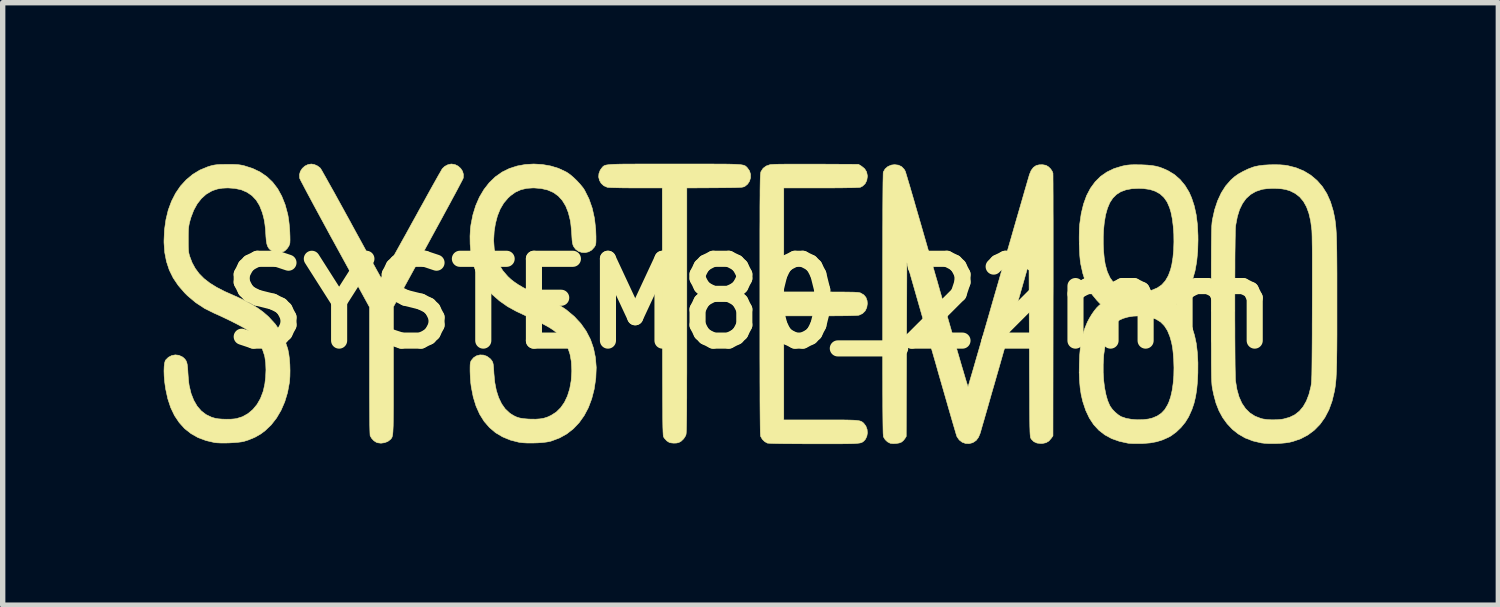
<source format=kicad_pcb>
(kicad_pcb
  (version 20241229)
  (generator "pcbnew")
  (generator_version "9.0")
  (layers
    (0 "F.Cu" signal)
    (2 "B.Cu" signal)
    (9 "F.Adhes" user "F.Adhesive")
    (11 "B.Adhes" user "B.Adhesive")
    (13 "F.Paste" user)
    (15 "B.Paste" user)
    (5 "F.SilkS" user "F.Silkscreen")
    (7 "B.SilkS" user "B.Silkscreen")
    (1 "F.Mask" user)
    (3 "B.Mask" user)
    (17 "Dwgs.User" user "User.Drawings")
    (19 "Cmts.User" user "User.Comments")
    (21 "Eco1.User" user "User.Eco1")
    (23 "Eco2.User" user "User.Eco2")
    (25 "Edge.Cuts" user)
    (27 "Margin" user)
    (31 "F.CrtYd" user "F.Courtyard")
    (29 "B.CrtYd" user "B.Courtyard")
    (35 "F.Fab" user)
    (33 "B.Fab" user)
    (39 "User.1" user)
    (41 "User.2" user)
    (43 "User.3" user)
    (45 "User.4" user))
  (footprint "SYSTEM80_22mm"
    (layer "F.Cu")
    (at 10.923 2.605)
    (property "Reference" "SYSTEM80_22mm" (at 0 0 0) (layer "F.SilkS") (effects (font (size 1.524 1.524) (thickness 0.3))))
    (attr through_hole)
    (fp_poly (pts (xy -1.608 -2.6) (xy -1.408 -2.6) (xy -1.205 -2.6) (xy -1.024 -2.6) (xy -0.864 -2.6) (xy -0.724 -2.6) (xy -0.602 -2.599) (xy -0.498 -2.599) (xy -0.409 -2.598) (xy -0.334 -2.596) (xy -0.273 -2.594) (xy -0.222 -2.591) (xy -0.182 -2.588) (xy -0.15 -2.583) (xy -0.125 -2.578) (xy -0.107 -2.572) (xy -0.092 -2.565) (xy -0.081 -2.557) (xy -0.071 -2.548) (xy -0.061 -2.538) (xy -0.051 -2.527) (xy -0.012 -2.472) (xy 0.007 -2.409) (xy 0.007 -2.343) (xy -0.012 -2.28) (xy -0.048 -2.225) (xy -0.096 -2.186) (xy -0.107 -2.18) (xy -0.12 -2.175) (xy -0.136 -2.171) (xy -0.158 -2.167) (xy -0.188 -2.165) (xy -0.229 -2.163) (xy -0.282 -2.161) (xy -0.351 -2.16) (xy -0.437 -2.159) (xy -0.543 -2.158) (xy -0.659 -2.157) (xy -1.18 -2.154) (xy -1.18 0.13) (xy -1.18 0.406) (xy -1.18 0.658) (xy -1.18 0.889) (xy -1.18 1.098) (xy -1.18 1.288) (xy -1.181 1.459) (xy -1.181 1.612) (xy -1.181 1.748) (xy -1.182 1.868) (xy -1.182 1.973) (xy -1.183 2.064) (xy -1.184 2.143) (xy -1.185 2.21) (xy -1.186 2.267) (xy -1.187 2.313) (xy -1.188 2.351) (xy -1.19 2.382) (xy -1.191 2.406) (xy -1.193 2.424) (xy -1.195 2.438) (xy -1.198 2.448) (xy -1.2 2.456) (xy -1.203 2.462) (xy -1.238 2.517) (xy -1.284 2.562) (xy -1.328 2.587) (xy -1.371 2.597) (xy -1.424 2.599) (xy -1.475 2.594) (xy -1.505 2.587) (xy -1.552 2.557) (xy -1.595 2.511) (xy -1.611 2.486) (xy -1.614 2.48) (xy -1.616 2.471) (xy -1.618 2.459) (xy -1.62 2.441) (xy -1.621 2.418) (xy -1.623 2.387) (xy -1.624 2.349) (xy -1.626 2.301) (xy -1.627 2.243) (xy -1.628 2.175) (xy -1.629 2.094) (xy -1.629 2) (xy -1.63 1.892) (xy -1.631 1.769) (xy -1.631 1.631) (xy -1.632 1.474) (xy -1.632 1.3) (xy -1.633 1.107) (xy -1.633 0.894) (xy -1.634 0.659) (xy -1.634 0.402) (xy -1.634 0.147) (xy -1.637 -2.155) (xy -2.128 -2.155) (xy -2.256 -2.155) (xy -2.37 -2.156) (xy -2.467 -2.158) (xy -2.548 -2.16) (xy -2.609 -2.162) (xy -2.649 -2.165) (xy -2.663 -2.167) (xy -2.727 -2.196) (xy -2.775 -2.24) (xy -2.807 -2.296) (xy -2.822 -2.358) (xy -2.817 -2.422) (xy -2.793 -2.485) (xy -2.765 -2.524) (xy -2.755 -2.536) (xy -2.746 -2.547) (xy -2.737 -2.556) (xy -2.726 -2.564) (xy -2.711 -2.572) (xy -2.693 -2.578) (xy -2.668 -2.583) (xy -2.636 -2.587) (xy -2.596 -2.591) (xy -2.545 -2.594) (xy -2.483 -2.596) (xy -2.408 -2.598) (xy -2.318 -2.599) (xy -2.213 -2.599) (xy -2.091 -2.6) (xy -1.95 -2.6) (xy -1.79 -2.6) (xy -1.608 -2.6)) (stroke (width 0.01) (type solid)) (fill yes) (layer "F.SilkS"))
    (fp_poly (pts (xy -5.497 -2.589) (xy -5.44 -2.561) (xy -5.392 -2.518) (xy -5.358 -2.466) (xy -5.341 -2.407) (xy -5.343 -2.347) (xy -5.347 -2.331) (xy -5.355 -2.314) (xy -5.374 -2.277) (xy -5.403 -2.222) (xy -5.441 -2.15) (xy -5.487 -2.063) (xy -5.542 -1.962) (xy -5.603 -1.848) (xy -5.671 -1.723) (xy -5.744 -1.588) (xy -5.822 -1.445) (xy -5.904 -1.295) (xy -5.989 -1.139) (xy -6.004 -1.111) (xy -6.645 0.06) (xy -6.645 1.24) (xy -6.645 1.439) (xy -6.645 1.615) (xy -6.645 1.77) (xy -6.645 1.905) (xy -6.646 2.022) (xy -6.647 2.122) (xy -6.648 2.206) (xy -6.649 2.277) (xy -6.652 2.335) (xy -6.654 2.382) (xy -6.657 2.419) (xy -6.661 2.448) (xy -6.666 2.471) (xy -6.671 2.488) (xy -6.678 2.501) (xy -6.685 2.512) (xy -6.693 2.522) (xy -6.703 2.532) (xy -6.703 2.532) (xy -6.75 2.568) (xy -6.811 2.591) (xy -6.877 2.6) (xy -6.94 2.592) (xy -6.964 2.583) (xy -7.01 2.553) (xy -7.05 2.51) (xy -7.077 2.464) (xy -7.078 2.464) (xy -7.08 2.447) (xy -7.082 2.408) (xy -7.084 2.348) (xy -7.086 2.266) (xy -7.087 2.162) (xy -7.088 2.036) (xy -7.089 1.887) (xy -7.09 1.714) (xy -7.09 1.519) (xy -7.09 1.299) (xy -7.09 1.248) (xy -7.09 0.066) (xy -7.736 -1.114) (xy -7.822 -1.27) (xy -7.904 -1.422) (xy -7.983 -1.567) (xy -8.057 -1.704) (xy -8.126 -1.831) (xy -8.188 -1.947) (xy -8.244 -2.051) (xy -8.292 -2.142) (xy -8.331 -2.217) (xy -8.362 -2.275) (xy -8.382 -2.316) (xy -8.392 -2.337) (xy -8.392 -2.339) (xy -8.395 -2.402) (xy -8.378 -2.463) (xy -8.343 -2.517) (xy -8.295 -2.561) (xy -8.236 -2.59) (xy -8.174 -2.6) (xy -8.117 -2.59) (xy -8.059 -2.564) (xy -8.011 -2.528) (xy -8.004 -2.519) (xy -7.994 -2.504) (xy -7.973 -2.469) (xy -7.943 -2.415) (xy -7.903 -2.345) (xy -7.856 -2.26) (xy -7.801 -2.162) (xy -7.739 -2.052) (xy -7.673 -1.931) (xy -7.601 -1.801) (xy -7.526 -1.664) (xy -7.447 -1.521) (xy -7.428 -1.485) (xy -7.35 -1.342) (xy -7.274 -1.204) (xy -7.203 -1.074) (xy -7.137 -0.953) (xy -7.076 -0.843) (xy -7.022 -0.744) (xy -6.975 -0.658) (xy -6.936 -0.588) (xy -6.906 -0.534) (xy -6.885 -0.497) (xy -6.875 -0.48) (xy -6.875 -0.479) (xy -6.868 -0.488) (xy -6.85 -0.516) (xy -6.823 -0.563) (xy -6.786 -0.627) (xy -6.741 -0.706) (xy -6.688 -0.799) (xy -6.629 -0.905) (xy -6.564 -1.021) (xy -6.494 -1.148) (xy -6.419 -1.282) (xy -6.341 -1.424) (xy -6.315 -1.472) (xy -6.235 -1.616) (xy -6.159 -1.755) (xy -6.085 -1.887) (xy -6.017 -2.011) (xy -5.954 -2.125) (xy -5.897 -2.227) (xy -5.847 -2.316) (xy -5.805 -2.391) (xy -5.771 -2.449) (xy -5.748 -2.49) (xy -5.735 -2.512) (xy -5.733 -2.514) (xy -5.69 -2.555) (xy -5.634 -2.585) (xy -5.575 -2.599) (xy -5.562 -2.6) (xy -5.497 -2.589)) (stroke (width 0.01) (type solid)) (fill yes) (layer "F.SilkS"))
    (fp_poly (pts (xy 1.039 -2.598) (xy 1.216 -2.598) (xy 1.231 -2.598) (xy 2.018 -2.594) (xy 2.076 -2.558) (xy 2.133 -2.511) (xy 2.169 -2.453) (xy 2.183 -2.383) (xy 2.183 -2.365) (xy 2.172 -2.294) (xy 2.142 -2.234) (xy 2.095 -2.189) (xy 2.055 -2.168) (xy 2.034 -2.164) (xy 1.988 -2.162) (xy 1.919 -2.159) (xy 1.826 -2.158) (xy 1.708 -2.156) (xy 1.567 -2.155) (xy 1.402 -2.155) (xy 1.323 -2.155) (xy 0.626 -2.155) (xy 0.626 -0.217) (xy 1.319 -0.217) (xy 1.468 -0.217) (xy 1.595 -0.216) (xy 1.702 -0.216) (xy 1.791 -0.215) (xy 1.863 -0.214) (xy 1.921 -0.213) (xy 1.965 -0.211) (xy 1.999 -0.209) (xy 2.024 -0.206) (xy 2.042 -0.202) (xy 2.055 -0.199) (xy 2.055 -0.198) (xy 2.116 -0.163) (xy 2.156 -0.116) (xy 2.178 -0.055) (xy 2.183 0) (xy 2.172 0.074) (xy 2.142 0.136) (xy 2.094 0.184) (xy 2.031 0.214) (xy 2.025 0.216) (xy 2.002 0.219) (xy 1.956 0.222) (xy 1.888 0.224) (xy 1.798 0.226) (xy 1.689 0.227) (xy 1.56 0.228) (xy 1.413 0.229) (xy 1.303 0.229) (xy 0.626 0.229) (xy 0.626 2.167) (xy 1.313 2.167) (xy 1.464 2.167) (xy 1.593 2.167) (xy 1.702 2.167) (xy 1.792 2.168) (xy 1.867 2.17) (xy 1.927 2.172) (xy 1.974 2.175) (xy 2.012 2.18) (xy 2.04 2.185) (xy 2.062 2.192) (xy 2.079 2.2) (xy 2.094 2.21) (xy 2.108 2.222) (xy 2.117 2.231) (xy 2.155 2.281) (xy 2.178 2.343) (xy 2.184 2.408) (xy 2.173 2.472) (xy 2.146 2.528) (xy 2.122 2.555) (xy 2.11 2.566) (xy 2.098 2.575) (xy 2.085 2.583) (xy 2.068 2.59) (xy 2.046 2.596) (xy 2.017 2.6) (xy 1.98 2.604) (xy 1.932 2.607) (xy 1.873 2.609) (xy 1.799 2.61) (xy 1.71 2.611) (xy 1.604 2.611) (xy 1.479 2.612) (xy 1.333 2.611) (xy 1.183 2.611) (xy 0.998 2.611) (xy 0.834 2.61) (xy 0.692 2.609) (xy 0.572 2.608) (xy 0.475 2.606) (xy 0.401 2.604) (xy 0.35 2.601) (xy 0.322 2.599) (xy 0.319 2.598) (xy 0.27 2.57) (xy 0.227 2.528) (xy 0.198 2.478) (xy 0.194 2.469) (xy 0.193 2.456) (xy 0.191 2.429) (xy 0.189 2.388) (xy 0.188 2.331) (xy 0.187 2.259) (xy 0.186 2.17) (xy 0.185 2.063) (xy 0.184 1.939) (xy 0.183 1.797) (xy 0.183 1.635) (xy 0.182 1.454) (xy 0.182 1.252) (xy 0.181 1.03) (xy 0.181 0.785) (xy 0.181 0.519) (xy 0.181 0.229) (xy 0.181 0.005) (xy 0.181 -0.279) (xy 0.181 -0.54) (xy 0.181 -0.779) (xy 0.181 -0.997) (xy 0.181 -1.194) (xy 0.181 -1.373) (xy 0.182 -1.533) (xy 0.182 -1.677) (xy 0.182 -1.804) (xy 0.183 -1.916) (xy 0.184 -2.015) (xy 0.184 -2.1) (xy 0.185 -2.173) (xy 0.186 -2.235) (xy 0.187 -2.287) (xy 0.188 -2.329) (xy 0.19 -2.364) (xy 0.191 -2.392) (xy 0.193 -2.413) (xy 0.195 -2.43) (xy 0.197 -2.442) (xy 0.199 -2.452) (xy 0.202 -2.459) (xy 0.204 -2.463) (xy 0.242 -2.521) (xy 0.299 -2.563) (xy 0.371 -2.588) (xy 0.377 -2.589) (xy 0.405 -2.591) (xy 0.456 -2.594) (xy 0.53 -2.596) (xy 0.626 -2.597) (xy 0.744 -2.598) (xy 0.881 -2.598) (xy 1.039 -2.598)) (stroke (width 0.01) (type solid)) (fill yes) (layer "F.SilkS"))
    (fp_poly (pts (xy -3.873 -2.591) (xy -3.718 -2.564) (xy -3.57 -2.519) (xy -3.433 -2.455) (xy -3.41 -2.442) (xy -3.353 -2.402) (xy -3.289 -2.348) (xy -3.224 -2.285) (xy -3.163 -2.218) (xy -3.111 -2.154) (xy -3.083 -2.111) (xy -3.003 -1.951) (xy -2.942 -1.777) (xy -2.9 -1.588) (xy -2.877 -1.385) (xy -2.872 -1.251) (xy -2.872 -1.188) (xy -2.873 -1.143) (xy -2.876 -1.112) (xy -2.882 -1.089) (xy -2.892 -1.069) (xy -2.904 -1.05) (xy -2.951 -0.998) (xy -3.008 -0.965) (xy -3.071 -0.95) (xy -3.136 -0.953) (xy -3.197 -0.974) (xy -3.25 -1.012) (xy -3.285 -1.059) (xy -3.297 -1.083) (xy -3.305 -1.109) (xy -3.312 -1.142) (xy -3.317 -1.187) (xy -3.321 -1.25) (xy -3.323 -1.286) (xy -3.328 -1.358) (xy -3.335 -1.431) (xy -3.342 -1.496) (xy -3.35 -1.546) (xy -3.351 -1.553) (xy -3.387 -1.696) (xy -3.436 -1.819) (xy -3.499 -1.922) (xy -3.575 -2.005) (xy -3.666 -2.07) (xy -3.772 -2.116) (xy -3.893 -2.144) (xy -4.03 -2.155) (xy -4.039 -2.155) (xy -4.162 -2.147) (xy -4.271 -2.121) (xy -4.37 -2.077) (xy -4.461 -2.012) (xy -4.51 -1.967) (xy -4.591 -1.872) (xy -4.656 -1.761) (xy -4.707 -1.635) (xy -4.745 -1.49) (xy -4.768 -1.347) (xy -4.778 -1.177) (xy -4.767 -1.019) (xy -4.736 -0.873) (xy -4.683 -0.739) (xy -4.61 -0.617) (xy -4.516 -0.507) (xy -4.456 -0.451) (xy -4.391 -0.401) (xy -4.319 -0.352) (xy -4.236 -0.303) (xy -4.139 -0.252) (xy -4.024 -0.198) (xy -3.949 -0.164) (xy -3.827 -0.109) (xy -3.724 -0.06) (xy -3.636 -0.015) (xy -3.56 0.028) (xy -3.491 0.071) (xy -3.426 0.115) (xy -3.416 0.123) (xy -3.275 0.241) (xy -3.154 0.372) (xy -3.054 0.514) (xy -2.975 0.667) (xy -2.918 0.831) (xy -2.882 1.006) (xy -2.867 1.19) (xy -2.875 1.384) (xy -2.877 1.403) (xy -2.906 1.596) (xy -2.952 1.775) (xy -3.014 1.939) (xy -3.092 2.086) (xy -3.185 2.217) (xy -3.292 2.33) (xy -3.413 2.425) (xy -3.548 2.501) (xy -3.696 2.557) (xy -3.726 2.566) (xy -3.789 2.578) (xy -3.869 2.588) (xy -3.96 2.594) (xy -4.055 2.597) (xy -4.148 2.597) (xy -4.232 2.592) (xy -4.3 2.584) (xy -4.306 2.583) (xy -4.467 2.542) (xy -4.612 2.482) (xy -4.742 2.405) (xy -4.856 2.308) (xy -4.955 2.194) (xy -5.038 2.061) (xy -5.106 1.909) (xy -5.158 1.74) (xy -5.195 1.551) (xy -5.195 1.55) (xy -5.204 1.481) (xy -5.211 1.398) (xy -5.215 1.315) (xy -5.217 1.258) (xy -5.217 1.192) (xy -5.216 1.144) (xy -5.213 1.111) (xy -5.207 1.087) (xy -5.198 1.066) (xy -5.194 1.059) (xy -5.15 1.006) (xy -5.095 0.972) (xy -5.032 0.956) (xy -4.967 0.959) (xy -4.904 0.981) (xy -4.846 1.023) (xy -4.835 1.035) (xy -4.816 1.057) (xy -4.802 1.079) (xy -4.792 1.104) (xy -4.785 1.138) (xy -4.78 1.184) (xy -4.776 1.247) (xy -4.773 1.3) (xy -4.757 1.468) (xy -4.728 1.618) (xy -4.685 1.751) (xy -4.63 1.866) (xy -4.563 1.961) (xy -4.483 2.036) (xy -4.46 2.053) (xy -4.403 2.088) (xy -4.348 2.114) (xy -4.289 2.132) (xy -4.221 2.143) (xy -4.138 2.15) (xy -4.093 2.152) (xy -3.995 2.153) (xy -3.913 2.147) (xy -3.843 2.135) (xy -3.777 2.114) (xy -3.71 2.083) (xy -3.709 2.083) (xy -3.612 2.021) (xy -3.529 1.939) (xy -3.459 1.839) (xy -3.403 1.721) (xy -3.361 1.587) (xy -3.334 1.437) (xy -3.323 1.272) (xy -3.323 1.232) (xy -3.331 1.078) (xy -3.356 0.941) (xy -3.398 0.817) (xy -3.459 0.706) (xy -3.538 0.606) (xy -3.555 0.587) (xy -3.603 0.543) (xy -3.656 0.501) (xy -3.718 0.459) (xy -3.793 0.415) (xy -3.883 0.368) (xy -3.992 0.315) (xy -4.009 0.307) (xy -4.087 0.271) (xy -4.167 0.233) (xy -4.243 0.197) (xy -4.309 0.166) (xy -4.356 0.144) (xy -4.518 0.055) (xy -4.668 -0.05) (xy -4.803 -0.168) (xy -4.922 -0.297) (xy -5.022 -0.437) (xy -5.102 -0.584) (xy -5.151 -0.709) (xy -5.182 -0.829) (xy -5.204 -0.964) (xy -5.216 -1.109) (xy -5.218 -1.257) (xy -5.21 -1.401) (xy -5.201 -1.468) (xy -5.165 -1.652) (xy -5.112 -1.824) (xy -5.043 -1.983) (xy -4.958 -2.126) (xy -4.86 -2.252) (xy -4.748 -2.36) (xy -4.623 -2.448) (xy -4.616 -2.452) (xy -4.484 -2.517) (xy -4.34 -2.563) (xy -4.187 -2.591) (xy -4.03 -2.6) (xy -3.873 -2.591)) (stroke (width 0.01) (type solid)) (fill yes) (layer "F.SilkS"))
    (fp_poly (pts (xy -9.655 -2.593) (xy -9.591 -2.591) (xy -9.539 -2.588) (xy -9.495 -2.582) (xy -9.452 -2.574) (xy -9.423 -2.567) (xy -9.267 -2.517) (xy -9.127 -2.45) (xy -9.003 -2.365) (xy -8.895 -2.262) (xy -8.802 -2.141) (xy -8.725 -2.001) (xy -8.662 -1.843) (xy -8.614 -1.666) (xy -8.607 -1.629) (xy -8.597 -1.566) (xy -8.588 -1.492) (xy -8.58 -1.411) (xy -8.575 -1.33) (xy -8.572 -1.253) (xy -8.571 -1.186) (xy -8.573 -1.134) (xy -8.576 -1.115) (xy -8.592 -1.073) (xy -8.622 -1.028) (xy -8.659 -0.99) (xy -8.684 -0.973) (xy -8.751 -0.95) (xy -8.821 -0.949) (xy -8.889 -0.971) (xy -8.931 -0.996) (xy -8.962 -1.025) (xy -8.985 -1.061) (xy -9.002 -1.109) (xy -9.013 -1.171) (xy -9.02 -1.252) (xy -9.021 -1.273) (xy -9.028 -1.386) (xy -9.039 -1.481) (xy -9.053 -1.566) (xy -9.073 -1.647) (xy -9.09 -1.704) (xy -9.138 -1.826) (xy -9.201 -1.928) (xy -9.279 -2.011) (xy -9.371 -2.074) (xy -9.478 -2.12) (xy -9.6 -2.146) (xy -9.729 -2.155) (xy -9.83 -2.15) (xy -9.917 -2.136) (xy -9.999 -2.11) (xy -10.034 -2.095) (xy -10.133 -2.037) (xy -10.221 -1.958) (xy -10.299 -1.859) (xy -10.364 -1.741) (xy -10.416 -1.606) (xy -10.433 -1.547) (xy -10.445 -1.502) (xy -10.453 -1.462) (xy -10.459 -1.422) (xy -10.463 -1.377) (xy -10.465 -1.322) (xy -10.466 -1.252) (xy -10.466 -1.198) (xy -10.466 -1.116) (xy -10.465 -1.053) (xy -10.463 -1.005) (xy -10.46 -0.967) (xy -10.454 -0.934) (xy -10.446 -0.902) (xy -10.439 -0.879) (xy -10.394 -0.761) (xy -10.336 -0.655) (xy -10.263 -0.557) (xy -10.174 -0.467) (xy -10.066 -0.383) (xy -9.939 -0.304) (xy -9.79 -0.227) (xy -9.688 -0.182) (xy -9.531 -0.112) (xy -9.394 -0.045) (xy -9.275 0.02) (xy -9.17 0.086) (xy -9.077 0.153) (xy -8.993 0.225) (xy -8.966 0.25) (xy -8.846 0.381) (xy -8.748 0.523) (xy -8.67 0.676) (xy -8.614 0.841) (xy -8.611 0.852) (xy -8.595 0.933) (xy -8.582 1.03) (xy -8.574 1.138) (xy -8.571 1.248) (xy -8.573 1.355) (xy -8.58 1.451) (xy -8.583 1.473) (xy -8.617 1.657) (xy -8.669 1.829) (xy -8.738 1.988) (xy -8.822 2.131) (xy -8.921 2.258) (xy -9.034 2.366) (xy -9.115 2.427) (xy -9.225 2.49) (xy -9.349 2.541) (xy -9.432 2.567) (xy -9.479 2.576) (xy -9.544 2.584) (xy -9.622 2.59) (xy -9.705 2.595) (xy -9.789 2.597) (xy -9.867 2.596) (xy -9.933 2.593) (xy -9.973 2.589) (xy -10.136 2.551) (xy -10.284 2.496) (xy -10.416 2.421) (xy -10.534 2.328) (xy -10.635 2.216) (xy -10.722 2.086) (xy -10.793 1.938) (xy -10.848 1.771) (xy -10.888 1.586) (xy -10.907 1.449) (xy -10.915 1.347) (xy -10.918 1.254) (xy -10.915 1.174) (xy -10.908 1.11) (xy -10.895 1.065) (xy -10.887 1.051) (xy -10.836 1) (xy -10.775 0.968) (xy -10.708 0.955) (xy -10.641 0.963) (xy -10.579 0.991) (xy -10.557 1.007) (xy -10.53 1.033) (xy -10.51 1.06) (xy -10.495 1.094) (xy -10.485 1.138) (xy -10.478 1.198) (xy -10.473 1.276) (xy -10.473 1.281) (xy -10.468 1.351) (xy -10.462 1.42) (xy -10.456 1.48) (xy -10.45 1.524) (xy -10.449 1.528) (xy -10.414 1.674) (xy -10.364 1.801) (xy -10.301 1.91) (xy -10.224 1.999) (xy -10.134 2.068) (xy -10.031 2.117) (xy -9.966 2.136) (xy -9.907 2.146) (xy -9.833 2.152) (xy -9.752 2.154) (xy -9.672 2.153) (xy -9.603 2.147) (xy -9.568 2.142) (xy -9.456 2.107) (xy -9.355 2.05) (xy -9.264 1.974) (xy -9.186 1.88) (xy -9.122 1.769) (xy -9.073 1.641) (xy -9.066 1.616) (xy -9.04 1.497) (xy -9.025 1.368) (xy -9.019 1.235) (xy -9.024 1.108) (xy -9.04 0.992) (xy -9.047 0.963) (xy -9.088 0.841) (xy -9.15 0.724) (xy -9.229 0.617) (xy -9.324 0.524) (xy -9.372 0.487) (xy -9.408 0.464) (xy -9.462 0.433) (xy -9.529 0.397) (xy -9.607 0.357) (xy -9.691 0.315) (xy -9.776 0.274) (xy -9.86 0.234) (xy -9.937 0.199) (xy -9.979 0.181) (xy -10.159 0.092) (xy -10.325 -0.017) (xy -10.479 -0.146) (xy -10.534 -0.201) (xy -10.652 -0.337) (xy -10.747 -0.478) (xy -10.82 -0.626) (xy -10.872 -0.784) (xy -10.905 -0.954) (xy -10.918 -1.136) (xy -10.918 -1.174) (xy -10.909 -1.375) (xy -10.882 -1.565) (xy -10.839 -1.743) (xy -10.778 -1.907) (xy -10.702 -2.056) (xy -10.611 -2.189) (xy -10.504 -2.306) (xy -10.384 -2.406) (xy -10.251 -2.487) (xy -10.104 -2.548) (xy -10.045 -2.566) (xy -10.005 -2.576) (xy -9.966 -2.583) (xy -9.922 -2.588) (xy -9.869 -2.591) (xy -9.801 -2.592) (xy -9.739 -2.593) (xy -9.655 -2.593)) (stroke (width 0.01) (type solid)) (fill yes) (layer "F.SilkS"))
    (fp_poly (pts (xy 9.868 -2.585) (xy 9.956 -2.578) (xy 10.007 -2.571) (xy 10.168 -2.53) (xy 10.313 -2.47) (xy 10.443 -2.391) (xy 10.558 -2.294) (xy 10.658 -2.18) (xy 10.742 -2.047) (xy 10.809 -1.897) (xy 10.86 -1.729) (xy 10.887 -1.601) (xy 10.894 -1.557) (xy 10.9 -1.514) (xy 10.905 -1.468) (xy 10.91 -1.419) (xy 10.914 -1.365) (xy 10.918 -1.304) (xy 10.921 -1.235) (xy 10.923 -1.157) (xy 10.925 -1.067) (xy 10.927 -0.964) (xy 10.928 -0.846) (xy 10.929 -0.712) (xy 10.93 -0.56) (xy 10.93 -0.389) (xy 10.93 -0.197) (xy 10.93 -0.005) (xy 10.93 0.211) (xy 10.93 0.406) (xy 10.93 0.579) (xy 10.929 0.733) (xy 10.928 0.869) (xy 10.926 0.989) (xy 10.925 1.094) (xy 10.922 1.186) (xy 10.92 1.266) (xy 10.916 1.337) (xy 10.913 1.398) (xy 10.908 1.453) (xy 10.903 1.503) (xy 10.897 1.548) (xy 10.89 1.592) (xy 10.883 1.634) (xy 10.882 1.637) (xy 10.839 1.816) (xy 10.78 1.978) (xy 10.705 2.122) (xy 10.615 2.248) (xy 10.51 2.356) (xy 10.39 2.446) (xy 10.256 2.517) (xy 10.108 2.568) (xy 10.046 2.583) (xy 9.967 2.595) (xy 9.874 2.603) (xy 9.773 2.607) (xy 9.673 2.607) (xy 9.582 2.602) (xy 9.521 2.595) (xy 9.364 2.558) (xy 9.219 2.502) (xy 9.09 2.427) (xy 8.984 2.343) (xy 8.885 2.238) (xy 8.802 2.124) (xy 8.733 1.997) (xy 8.677 1.855) (xy 8.634 1.694) (xy 8.616 1.607) (xy 8.612 1.585) (xy 8.608 1.564) (xy 8.605 1.543) (xy 8.602 1.52) (xy 8.6 1.493) (xy 8.598 1.462) (xy 8.596 1.425) (xy 8.594 1.38) (xy 8.593 1.326) (xy 8.592 1.263) (xy 8.591 1.187) (xy 8.59 1.099) (xy 8.59 0.996) (xy 8.59 0.878) (xy 8.589 0.742) (xy 8.589 0.587) (xy 8.589 0.413) (xy 8.589 0.217) (xy 8.589 0.012) (xy 8.589 -0.03) (xy 9.028 -0.03) (xy 9.028 0.136) (xy 9.028 0.301) (xy 9.029 0.462) (xy 9.029 0.618) (xy 9.03 0.766) (xy 9.031 0.905) (xy 9.032 1.032) (xy 9.033 1.146) (xy 9.035 1.245) (xy 9.037 1.327) (xy 9.038 1.389) (xy 9.04 1.43) (xy 9.041 1.44) (xy 9.067 1.599) (xy 9.106 1.737) (xy 9.159 1.856) (xy 9.227 1.956) (xy 9.308 2.036) (xy 9.403 2.097) (xy 9.512 2.139) (xy 9.551 2.149) (xy 9.628 2.16) (xy 9.718 2.165) (xy 9.813 2.163) (xy 9.901 2.155) (xy 9.936 2.149) (xy 10.048 2.118) (xy 10.146 2.07) (xy 10.231 2.003) (xy 10.302 1.918) (xy 10.361 1.814) (xy 10.409 1.689) (xy 10.445 1.545) (xy 10.448 1.526) (xy 10.451 1.506) (xy 10.454 1.482) (xy 10.456 1.453) (xy 10.458 1.417) (xy 10.46 1.374) (xy 10.462 1.321) (xy 10.463 1.257) (xy 10.464 1.182) (xy 10.465 1.093) (xy 10.466 0.988) (xy 10.467 0.868) (xy 10.468 0.73) (xy 10.469 0.572) (xy 10.469 0.394) (xy 10.47 0.194) (xy 10.47 0.102) (xy 10.471 -0.146) (xy 10.471 -0.371) (xy 10.471 -0.573) (xy 10.471 -0.751) (xy 10.471 -0.907) (xy 10.47 -1.041) (xy 10.468 -1.153) (xy 10.467 -1.244) (xy 10.465 -1.313) (xy 10.463 -1.362) (xy 10.461 -1.379) (xy 10.44 -1.541) (xy 10.407 -1.682) (xy 10.363 -1.802) (xy 10.306 -1.904) (xy 10.236 -1.987) (xy 10.152 -2.052) (xy 10.055 -2.101) (xy 9.972 -2.126) (xy 9.9 -2.138) (xy 9.812 -2.145) (xy 9.719 -2.146) (xy 9.629 -2.141) (xy 9.551 -2.131) (xy 9.529 -2.126) (xy 9.418 -2.089) (xy 9.322 -2.033) (xy 9.239 -1.959) (xy 9.171 -1.865) (xy 9.116 -1.753) (xy 9.075 -1.621) (xy 9.046 -1.469) (xy 9.041 -1.428) (xy 9.039 -1.397) (xy 9.037 -1.344) (xy 9.036 -1.271) (xy 9.034 -1.179) (xy 9.033 -1.071) (xy 9.031 -0.95) (xy 9.03 -0.815) (xy 9.03 -0.671) (xy 9.029 -0.518) (xy 9.029 -0.359) (xy 9.028 -0.196) (xy 9.028 -0.03) (xy 8.589 -0.03) (xy 8.589 -0.206) (xy 8.589 -0.402) (xy 8.589 -0.576) (xy 8.589 -0.731) (xy 8.59 -0.866) (xy 8.59 -0.985) (xy 8.591 -1.088) (xy 8.592 -1.176) (xy 8.593 -1.252) (xy 8.594 -1.315) (xy 8.595 -1.369) (xy 8.597 -1.413) (xy 8.598 -1.45) (xy 8.601 -1.481) (xy 8.603 -1.507) (xy 8.606 -1.53) (xy 8.609 -1.551) (xy 8.611 -1.565) (xy 8.652 -1.75) (xy 8.707 -1.915) (xy 8.775 -2.062) (xy 8.857 -2.191) (xy 8.954 -2.302) (xy 9.023 -2.363) (xy 9.095 -2.414) (xy 9.183 -2.463) (xy 9.277 -2.508) (xy 9.37 -2.543) (xy 9.408 -2.554) (xy 9.479 -2.568) (xy 9.568 -2.579) (xy 9.667 -2.585) (xy 9.769 -2.587) (xy 9.868 -2.585)) (stroke (width 0.01) (type solid)) (fill yes) (layer "F.SilkS"))
    (fp_poly (pts (xy 2.763 -2.579) (xy 2.822 -2.55) (xy 2.869 -2.501) (xy 2.888 -2.468) (xy 2.894 -2.452) (xy 2.905 -2.414) (xy 2.923 -2.355) (xy 2.946 -2.277) (xy 2.975 -2.181) (xy 3.008 -2.067) (xy 3.046 -1.938) (xy 3.087 -1.794) (xy 3.133 -1.636) (xy 3.182 -1.467) (xy 3.234 -1.286) (xy 3.289 -1.096) (xy 3.346 -0.896) (xy 3.405 -0.69) (xy 3.466 -0.477) (xy 3.48 -0.431) (xy 3.54 -0.218) (xy 3.6 -0.011) (xy 3.657 0.187) (xy 3.712 0.377) (xy 3.764 0.557) (xy 3.813 0.726) (xy 3.858 0.882) (xy 3.9 1.025) (xy 3.937 1.153) (xy 3.971 1.266) (xy 3.999 1.361) (xy 4.022 1.438) (xy 4.04 1.496) (xy 4.052 1.534) (xy 4.058 1.549) (xy 4.058 1.55) (xy 4.062 1.537) (xy 4.073 1.502) (xy 4.089 1.446) (xy 4.111 1.371) (xy 4.139 1.277) (xy 4.171 1.167) (xy 4.207 1.041) (xy 4.248 0.9) (xy 4.293 0.745) (xy 4.341 0.578) (xy 4.393 0.4) (xy 4.447 0.213) (xy 4.503 0.017) (xy 4.562 -0.187) (xy 4.623 -0.397) (xy 4.623 -0.397) (xy 4.683 -0.608) (xy 4.743 -0.813) (xy 4.8 -1.012) (xy 4.855 -1.202) (xy 4.907 -1.384) (xy 4.956 -1.554) (xy 5.002 -1.713) (xy 5.044 -1.858) (xy 5.082 -1.99) (xy 5.115 -2.105) (xy 5.144 -2.204) (xy 5.167 -2.284) (xy 5.185 -2.345) (xy 5.197 -2.386) (xy 5.202 -2.404) (xy 5.234 -2.48) (xy 5.276 -2.536) (xy 5.327 -2.571) (xy 5.329 -2.572) (xy 5.383 -2.585) (xy 5.445 -2.587) (xy 5.503 -2.577) (xy 5.517 -2.572) (xy 5.559 -2.546) (xy 5.598 -2.507) (xy 5.627 -2.463) (xy 5.64 -2.429) (xy 5.64 -2.413) (xy 5.641 -2.374) (xy 5.641 -2.314) (xy 5.642 -2.233) (xy 5.642 -2.132) (xy 5.643 -2.014) (xy 5.643 -1.878) (xy 5.643 -1.726) (xy 5.644 -1.559) (xy 5.644 -1.379) (xy 5.644 -1.186) (xy 5.644 -0.982) (xy 5.644 -0.768) (xy 5.644 -0.545) (xy 5.644 -0.314) (xy 5.643 -0.076) (xy 5.643 0.037) (xy 5.64 2.464) (xy 5.611 2.505) (xy 5.565 2.559) (xy 5.511 2.591) (xy 5.445 2.605) (xy 5.416 2.606) (xy 5.343 2.598) (xy 5.285 2.572) (xy 5.239 2.527) (xy 5.229 2.51) (xy 5.225 2.504) (xy 5.223 2.497) (xy 5.22 2.486) (xy 5.218 2.47) (xy 5.216 2.449) (xy 5.214 2.422) (xy 5.212 2.386) (xy 5.211 2.342) (xy 5.209 2.286) (xy 5.208 2.219) (xy 5.207 2.14) (xy 5.206 2.046) (xy 5.205 1.937) (xy 5.205 1.811) (xy 5.204 1.667) (xy 5.203 1.505) (xy 5.202 1.322) (xy 5.201 1.118) (xy 5.201 0.891) (xy 5.2 0.857) (xy 5.194 -0.76) (xy 4.75 0.791) (xy 4.696 0.98) (xy 4.644 1.163) (xy 4.593 1.34) (xy 4.545 1.508) (xy 4.499 1.666) (xy 4.457 1.814) (xy 4.419 1.948) (xy 4.384 2.069) (xy 4.354 2.174) (xy 4.328 2.262) (xy 4.308 2.332) (xy 4.294 2.382) (xy 4.285 2.411) (xy 4.284 2.416) (xy 4.252 2.492) (xy 4.209 2.549) (xy 4.152 2.587) (xy 4.148 2.59) (xy 4.079 2.608) (xy 4.012 2.605) (xy 3.949 2.582) (xy 3.895 2.54) (xy 3.854 2.482) (xy 3.848 2.468) (xy 3.843 2.451) (xy 3.831 2.413) (xy 3.814 2.354) (xy 3.791 2.277) (xy 3.763 2.181) (xy 3.731 2.07) (xy 3.694 1.943) (xy 3.654 1.803) (xy 3.61 1.65) (xy 3.563 1.487) (xy 3.513 1.314) (xy 3.462 1.133) (xy 3.408 0.946) (xy 3.375 0.831) (xy 2.919 -0.764) (xy 2.913 0.855) (xy 2.907 2.474) (xy 2.881 2.516) (xy 2.854 2.55) (xy 2.821 2.578) (xy 2.817 2.58) (xy 2.776 2.596) (xy 2.722 2.605) (xy 2.665 2.608) (xy 2.616 2.603) (xy 2.606 2.6) (xy 2.558 2.575) (xy 2.515 2.534) (xy 2.485 2.485) (xy 2.484 2.484) (xy 2.482 2.477) (xy 2.481 2.463) (xy 2.479 2.442) (xy 2.477 2.413) (xy 2.476 2.376) (xy 2.475 2.328) (xy 2.474 2.27) (xy 2.473 2.2) (xy 2.472 2.117) (xy 2.471 2.021) (xy 2.47 1.91) (xy 2.47 1.784) (xy 2.469 1.642) (xy 2.469 1.482) (xy 2.468 1.305) (xy 2.468 1.108) (xy 2.468 0.891) (xy 2.468 0.653) (xy 2.468 0.393) (xy 2.468 0.11) (xy 2.468 0.013) (xy 2.468 -0.307) (xy 2.468 -0.603) (xy 2.468 -0.875) (xy 2.469 -1.125) (xy 2.469 -1.352) (xy 2.47 -1.557) (xy 2.47 -1.739) (xy 2.471 -1.9) (xy 2.472 -2.04) (xy 2.473 -2.159) (xy 2.474 -2.257) (xy 2.476 -2.335) (xy 2.477 -2.392) (xy 2.478 -2.431) (xy 2.48 -2.45) (xy 2.481 -2.452) (xy 2.514 -2.509) (xy 2.565 -2.553) (xy 2.629 -2.58) (xy 2.689 -2.588) (xy 2.763 -2.579)) (stroke (width 0.01) (type solid)) (fill yes) (layer "F.SilkS"))
    (fp_poly (pts (xy 7.289 -2.585) (xy 7.394 -2.58) (xy 7.482 -2.572) (xy 7.557 -2.559) (xy 7.626 -2.541) (xy 7.695 -2.515) (xy 7.77 -2.481) (xy 7.787 -2.473) (xy 7.904 -2.402) (xy 8.009 -2.31) (xy 8.1 -2.2) (xy 8.177 -2.073) (xy 8.223 -1.968) (xy 8.272 -1.819) (xy 8.308 -1.653) (xy 8.331 -1.471) (xy 8.341 -1.269) (xy 8.342 -1.186) (xy 8.336 -0.973) (xy 8.317 -0.781) (xy 8.286 -0.607) (xy 8.241 -0.45) (xy 8.182 -0.31) (xy 8.11 -0.186) (xy 8.023 -0.076) (xy 8.019 -0.071) (xy 7.946 0.009) (xy 7.983 0.043) (xy 8.025 0.09) (xy 8.073 0.152) (xy 8.12 0.22) (xy 8.161 0.289) (xy 8.177 0.319) (xy 8.233 0.45) (xy 8.277 0.592) (xy 8.31 0.746) (xy 8.33 0.916) (xy 8.34 1.103) (xy 8.339 1.293) (xy 8.331 1.459) (xy 8.317 1.606) (xy 8.296 1.737) (xy 8.267 1.858) (xy 8.229 1.971) (xy 8.18 2.08) (xy 8.165 2.112) (xy 8.103 2.212) (xy 8.025 2.307) (xy 7.935 2.393) (xy 7.84 2.463) (xy 7.791 2.49) (xy 7.683 2.538) (xy 7.571 2.573) (xy 7.45 2.595) (xy 7.313 2.606) (xy 7.283 2.607) (xy 7.213 2.607) (xy 7.146 2.607) (xy 7.087 2.604) (xy 7.044 2.601) (xy 7.037 2.6) (xy 6.877 2.565) (xy 6.733 2.514) (xy 6.606 2.445) (xy 6.495 2.359) (xy 6.399 2.255) (xy 6.318 2.132) (xy 6.251 1.99) (xy 6.197 1.828) (xy 6.194 1.817) (xy 6.166 1.697) (xy 6.147 1.572) (xy 6.135 1.436) (xy 6.129 1.286) (xy 6.131 1.134) (xy 6.576 1.134) (xy 6.576 1.285) (xy 6.585 1.432) (xy 6.602 1.569) (xy 6.627 1.695) (xy 6.658 1.805) (xy 6.697 1.896) (xy 6.709 1.917) (xy 6.747 1.97) (xy 6.798 2.023) (xy 6.854 2.07) (xy 6.907 2.104) (xy 6.917 2.108) (xy 7.001 2.137) (xy 7.101 2.155) (xy 7.208 2.164) (xy 7.316 2.162) (xy 7.417 2.15) (xy 7.488 2.133) (xy 7.582 2.094) (xy 7.658 2.043) (xy 7.722 1.976) (xy 7.774 1.89) (xy 7.799 1.836) (xy 7.833 1.737) (xy 7.86 1.618) (xy 7.879 1.486) (xy 7.891 1.343) (xy 7.894 1.193) (xy 7.889 1.042) (xy 7.887 1.02) (xy 7.88 0.926) (xy 7.872 0.85) (xy 7.862 0.786) (xy 7.85 0.728) (xy 7.835 0.671) (xy 7.817 0.611) (xy 7.773 0.503) (xy 7.716 0.414) (xy 7.647 0.344) (xy 7.562 0.291) (xy 7.462 0.254) (xy 7.344 0.234) (xy 7.234 0.229) (xy 7.134 0.234) (xy 7.037 0.25) (xy 6.95 0.275) (xy 6.88 0.306) (xy 6.879 0.307) (xy 6.803 0.364) (xy 6.739 0.44) (xy 6.685 0.536) (xy 6.642 0.652) (xy 6.61 0.789) (xy 6.587 0.947) (xy 6.584 0.981) (xy 6.576 1.134) (xy 6.131 1.134) (xy 6.131 1.133) (xy 6.137 0.969) (xy 6.15 0.826) (xy 6.169 0.697) (xy 6.196 0.58) (xy 6.23 0.469) (xy 6.274 0.362) (xy 6.284 0.339) (xy 6.321 0.27) (xy 6.364 0.199) (xy 6.41 0.133) (xy 6.455 0.078) (xy 6.491 0.042) (xy 6.527 0.011) (xy 6.461 -0.058) (xy 6.376 -0.161) (xy 6.305 -0.278) (xy 6.245 -0.411) (xy 6.196 -0.563) (xy 6.158 -0.735) (xy 6.157 -0.74) (xy 6.148 -0.805) (xy 6.14 -0.889) (xy 6.135 -0.985) (xy 6.131 -1.089) (xy 6.129 -1.195) (xy 6.129 -1.246) (xy 6.577 -1.246) (xy 6.577 -1.111) (xy 6.583 -0.977) (xy 6.595 -0.851) (xy 6.612 -0.74) (xy 6.616 -0.722) (xy 6.652 -0.593) (xy 6.702 -0.484) (xy 6.766 -0.394) (xy 6.845 -0.322) (xy 6.938 -0.27) (xy 7.047 -0.235) (xy 7.053 -0.234) (xy 7.125 -0.224) (xy 7.211 -0.221) (xy 7.301 -0.223) (xy 7.388 -0.231) (xy 7.462 -0.244) (xy 7.489 -0.252) (xy 7.585 -0.293) (xy 7.667 -0.35) (xy 7.734 -0.425) (xy 7.789 -0.52) (xy 7.831 -0.633) (xy 7.854 -0.726) (xy 7.875 -0.857) (xy 7.888 -0.999) (xy 7.893 -1.148) (xy 7.891 -1.297) (xy 7.88 -1.443) (xy 7.863 -1.58) (xy 7.838 -1.703) (xy 7.813 -1.786) (xy 7.768 -1.89) (xy 7.709 -1.975) (xy 7.637 -2.042) (xy 7.549 -2.092) (xy 7.445 -2.126) (xy 7.324 -2.143) (xy 7.235 -2.146) (xy 7.109 -2.14) (xy 6.999 -2.119) (xy 6.904 -2.084) (xy 6.823 -2.033) (xy 6.755 -1.965) (xy 6.699 -1.88) (xy 6.655 -1.775) (xy 6.62 -1.651) (xy 6.596 -1.506) (xy 6.583 -1.373) (xy 6.577 -1.246) (xy 6.129 -1.246) (xy 6.13 -1.298) (xy 6.132 -1.392) (xy 6.137 -1.471) (xy 6.139 -1.484) (xy 6.167 -1.679) (xy 6.21 -1.855) (xy 6.267 -2.012) (xy 6.339 -2.149) (xy 6.426 -2.268) (xy 6.527 -2.369) (xy 6.644 -2.45) (xy 6.776 -2.514) (xy 6.923 -2.559) (xy 6.976 -2.571) (xy 7.027 -2.579) (xy 7.078 -2.584) (xy 7.136 -2.586) (xy 7.207 -2.586) (xy 7.289 -2.585)) (stroke (width 0.01) (type solid)) (fill yes) (layer "F.SilkS")))
  (gr_rect
    (start -3 -3)
    (end 24.859 8.222)
    (stroke (width 0.1) (type default))
    (fill no)
    (layer "Edge.Cuts")))
</source>
